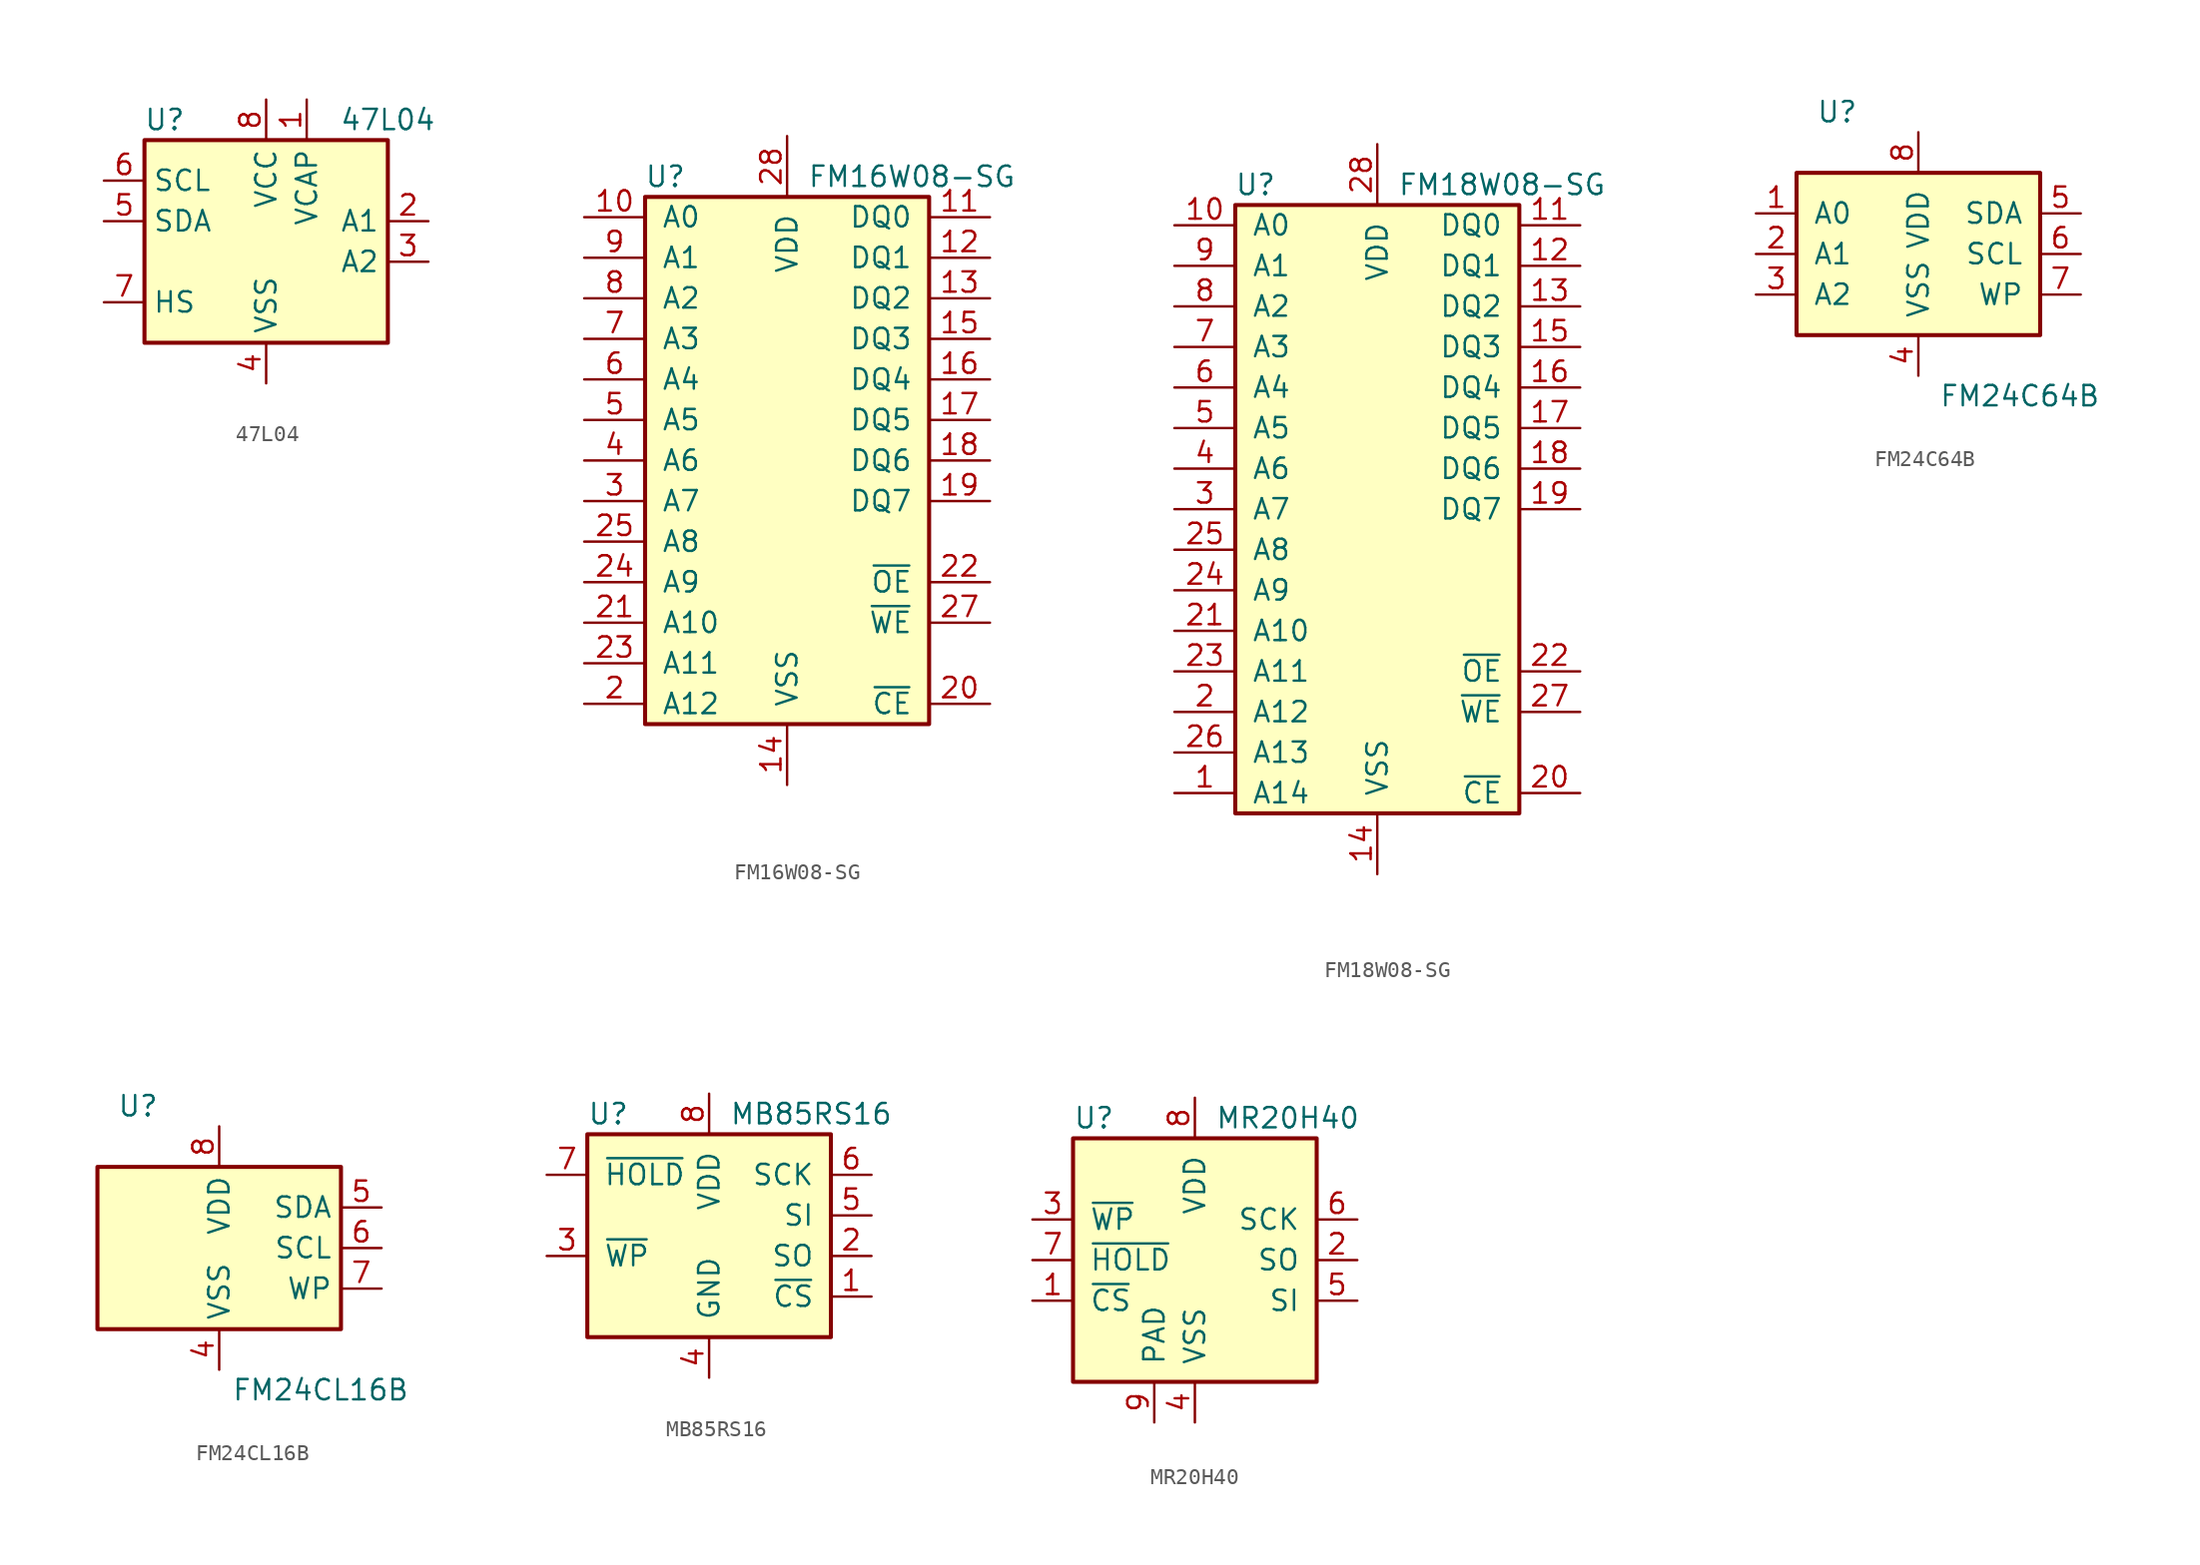
<source format=kicad_sym>
(kicad_symbol_lib
  (version 20241209)
  (generator "kicad_symbol_editor")
  (generator_version "9.0")
  (symbol "47L04"
    (property "Reference" "U"
      (at -6.35 6.35 0)
      (effects (font (size 1.27 1.27))))
    (property "Value" "47L04"
      (at 7.62 6.35 0)
      (effects (font (size 1.27 1.27))))
    (symbol "47L04_1_1"
      (rectangle (start -7.62 5.08) (end 7.62 -7.62) (stroke (width 0.254) (type default)) (fill (type background)))
      (pin input line (at -10.16 2.54 0) (length 2.54) (name "SCL" (effects (font (size 1.27 1.27)))) (number "6" (effects (font (size 1.27 1.27)))))
      (pin bidirectional line (at -10.16 0 0) (length 2.54) (name "SDA" (effects (font (size 1.27 1.27)))) (number "5" (effects (font (size 1.27 1.27)))))
      (pin input line (at -10.16 -5.08 0) (length 2.54) (name "HS" (effects (font (size 1.27 1.27)))) (number "7" (effects (font (size 1.27 1.27)))))
      (pin power_in line (at 0 7.62 270) (length 2.54) (name "VCC" (effects (font (size 1.27 1.27)))) (number "8" (effects (font (size 1.27 1.27)))))
      (pin power_in line (at 0 -10.16 90) (length 2.54) (name "VSS" (effects (font (size 1.27 1.27)))) (number "4" (effects (font (size 1.27 1.27)))))
      (pin power_in line (at 2.54 7.62 270) (length 2.54) (name "VCAP" (effects (font (size 1.27 1.27)))) (number "1" (effects (font (size 1.27 1.27)))))
      (pin input line (at 10.16 0 180) (length 2.54) (name "A1" (effects (font (size 1.27 1.27)))) (number "2" (effects (font (size 1.27 1.27)))))
      (pin input line (at 10.16 -2.54 180) (length 2.54) (name "A2" (effects (font (size 1.27 1.27)))) (number "3" (effects (font (size 1.27 1.27)))))))
  (symbol "FM16W08-SG"
    (pin_names
      (offset 1.016))
    (property "Reference" "U"
      (at -7.62 17.78 0)
      (effects (font (size 1.27 1.27))))
    (property "Value" "FM16W08-SG"
      (at 1.27 17.78 0)
      (effects (font (size 1.27 1.27)) (justify left)))
    (symbol "FM16W08-SG_0_1"
      (rectangle (start -8.89 16.51) (end 8.89 -16.51) (stroke (width 0.254) (type default)) (fill (type background))))
    (symbol "FM16W08-SG_1_1"
      (pin input line (at -12.7 15.24 0) (length 3.81) (name "A0" (effects (font (size 1.27 1.27)))) (number "10" (effects (font (size 1.27 1.27)))))
      (pin input line (at -12.7 12.7 0) (length 3.81) (name "A1" (effects (font (size 1.27 1.27)))) (number "9" (effects (font (size 1.27 1.27)))))
      (pin input line (at -12.7 10.16 0) (length 3.81) (name "A2" (effects (font (size 1.27 1.27)))) (number "8" (effects (font (size 1.27 1.27)))))
      (pin input line (at -12.7 7.62 0) (length 3.81) (name "A3" (effects (font (size 1.27 1.27)))) (number "7" (effects (font (size 1.27 1.27)))))
      (pin input line (at -12.7 5.08 0) (length 3.81) (name "A4" (effects (font (size 1.27 1.27)))) (number "6" (effects (font (size 1.27 1.27)))))
      (pin input line (at -12.7 2.54 0) (length 3.81) (name "A5" (effects (font (size 1.27 1.27)))) (number "5" (effects (font (size 1.27 1.27)))))
      (pin input line (at -12.7 0 0) (length 3.81) (name "A6" (effects (font (size 1.27 1.27)))) (number "4" (effects (font (size 1.27 1.27)))))
      (pin input line (at -12.7 -2.54 0) (length 3.81) (name "A7" (effects (font (size 1.27 1.27)))) (number "3" (effects (font (size 1.27 1.27)))))
      (pin input line (at -12.7 -5.08 0) (length 3.81) (name "A8" (effects (font (size 1.27 1.27)))) (number "25" (effects (font (size 1.27 1.27)))))
      (pin input line (at -12.7 -7.62 0) (length 3.81) (name "A9" (effects (font (size 1.27 1.27)))) (number "24" (effects (font (size 1.27 1.27)))))
      (pin input line (at -12.7 -10.16 0) (length 3.81) (name "A10" (effects (font (size 1.27 1.27)))) (number "21" (effects (font (size 1.27 1.27)))))
      (pin input line (at -12.7 -12.7 0) (length 3.81) (name "A11" (effects (font (size 1.27 1.27)))) (number "23" (effects (font (size 1.27 1.27)))))
      (pin input line (at -12.7 -15.24 0) (length 3.81) (name "A12" (effects (font (size 1.27 1.27)))) (number "2" (effects (font (size 1.27 1.27)))))
      (pin power_in line (at 0 20.32 270) (length 3.81) (name "VDD" (effects (font (size 1.27 1.27)))) (number "28" (effects (font (size 1.27 1.27)))))
      (pin power_in line (at 0 -20.32 90) (length 3.81) (name "VSS" (effects (font (size 1.27 1.27)))) (number "14" (effects (font (size 1.27 1.27)))))
      (pin bidirectional line (at 12.7 15.24 180) (length 3.81) (name "DQ0" (effects (font (size 1.27 1.27)))) (number "11" (effects (font (size 1.27 1.27)))))
      (pin bidirectional line (at 12.7 12.7 180) (length 3.81) (name "DQ1" (effects (font (size 1.27 1.27)))) (number "12" (effects (font (size 1.27 1.27)))))
      (pin bidirectional line (at 12.7 10.16 180) (length 3.81) (name "DQ2" (effects (font (size 1.27 1.27)))) (number "13" (effects (font (size 1.27 1.27)))))
      (pin bidirectional line (at 12.7 7.62 180) (length 3.81) (name "DQ3" (effects (font (size 1.27 1.27)))) (number "15" (effects (font (size 1.27 1.27)))))
      (pin bidirectional line (at 12.7 5.08 180) (length 3.81) (name "DQ4" (effects (font (size 1.27 1.27)))) (number "16" (effects (font (size 1.27 1.27)))))
      (pin bidirectional line (at 12.7 2.54 180) (length 3.81) (name "DQ5" (effects (font (size 1.27 1.27)))) (number "17" (effects (font (size 1.27 1.27)))))
      (pin bidirectional line (at 12.7 0 180) (length 3.81) (name "DQ6" (effects (font (size 1.27 1.27)))) (number "18" (effects (font (size 1.27 1.27)))))
      (pin bidirectional line (at 12.7 -2.54 180) (length 3.81) (name "DQ7" (effects (font (size 1.27 1.27)))) (number "19" (effects (font (size 1.27 1.27)))))
      (pin input line (at 12.7 -7.62 180) (length 3.81) (name "~{OE}" (effects (font (size 1.27 1.27)))) (number "22" (effects (font (size 1.27 1.27)))))
      (pin input line (at 12.7 -10.16 180) (length 3.81) (name "~{WE}" (effects (font (size 1.27 1.27)))) (number "27" (effects (font (size 1.27 1.27)))))
      (pin input line (at 12.7 -15.24 180) (length 3.81) (name "~{CE}" (effects (font (size 1.27 1.27)))) (number "20" (effects (font (size 1.27 1.27)))))))
  (symbol "FM18W08-SG"
    (pin_names
      (offset 1.016))
    (property "Reference" "U"
      (at -7.62 20.32 0)
      (effects (font (size 1.27 1.27))))
    (property "Value" "FM18W08-SG"
      (at 1.27 20.32 0)
      (effects (font (size 1.27 1.27)) (justify left)))
    (symbol "FM18W08-SG_0_1"
      (rectangle (start -8.89 19.05) (end 8.89 -19.05) (stroke (width 0.254) (type default)) (fill (type background))))
    (symbol "FM18W08-SG_1_1"
      (pin input line (at -12.7 17.78 0) (length 3.81) (name "A0" (effects (font (size 1.27 1.27)))) (number "10" (effects (font (size 1.27 1.27)))))
      (pin input line (at -12.7 15.24 0) (length 3.81) (name "A1" (effects (font (size 1.27 1.27)))) (number "9" (effects (font (size 1.27 1.27)))))
      (pin input line (at -12.7 12.7 0) (length 3.81) (name "A2" (effects (font (size 1.27 1.27)))) (number "8" (effects (font (size 1.27 1.27)))))
      (pin input line (at -12.7 10.16 0) (length 3.81) (name "A3" (effects (font (size 1.27 1.27)))) (number "7" (effects (font (size 1.27 1.27)))))
      (pin input line (at -12.7 7.62 0) (length 3.81) (name "A4" (effects (font (size 1.27 1.27)))) (number "6" (effects (font (size 1.27 1.27)))))
      (pin input line (at -12.7 5.08 0) (length 3.81) (name "A5" (effects (font (size 1.27 1.27)))) (number "5" (effects (font (size 1.27 1.27)))))
      (pin input line (at -12.7 2.54 0) (length 3.81) (name "A6" (effects (font (size 1.27 1.27)))) (number "4" (effects (font (size 1.27 1.27)))))
      (pin input line (at -12.7 0 0) (length 3.81) (name "A7" (effects (font (size 1.27 1.27)))) (number "3" (effects (font (size 1.27 1.27)))))
      (pin input line (at -12.7 -2.54 0) (length 3.81) (name "A8" (effects (font (size 1.27 1.27)))) (number "25" (effects (font (size 1.27 1.27)))))
      (pin input line (at -12.7 -5.08 0) (length 3.81) (name "A9" (effects (font (size 1.27 1.27)))) (number "24" (effects (font (size 1.27 1.27)))))
      (pin input line (at -12.7 -7.62 0) (length 3.81) (name "A10" (effects (font (size 1.27 1.27)))) (number "21" (effects (font (size 1.27 1.27)))))
      (pin input line (at -12.7 -10.16 0) (length 3.81) (name "A11" (effects (font (size 1.27 1.27)))) (number "23" (effects (font (size 1.27 1.27)))))
      (pin input line (at -12.7 -12.7 0) (length 3.81) (name "A12" (effects (font (size 1.27 1.27)))) (number "2" (effects (font (size 1.27 1.27)))))
      (pin input line (at -12.7 -15.24 0) (length 3.81) (name "A13" (effects (font (size 1.27 1.27)))) (number "26" (effects (font (size 1.27 1.27)))))
      (pin input line (at -12.7 -17.78 0) (length 3.81) (name "A14" (effects (font (size 1.27 1.27)))) (number "1" (effects (font (size 1.27 1.27)))))
      (pin power_in line (at 0 22.86 270) (length 3.81) (name "VDD" (effects (font (size 1.27 1.27)))) (number "28" (effects (font (size 1.27 1.27)))))
      (pin power_in line (at 0 -22.86 90) (length 3.81) (name "VSS" (effects (font (size 1.27 1.27)))) (number "14" (effects (font (size 1.27 1.27)))))
      (pin bidirectional line (at 12.7 17.78 180) (length 3.81) (name "DQ0" (effects (font (size 1.27 1.27)))) (number "11" (effects (font (size 1.27 1.27)))))
      (pin bidirectional line (at 12.7 15.24 180) (length 3.81) (name "DQ1" (effects (font (size 1.27 1.27)))) (number "12" (effects (font (size 1.27 1.27)))))
      (pin bidirectional line (at 12.7 12.7 180) (length 3.81) (name "DQ2" (effects (font (size 1.27 1.27)))) (number "13" (effects (font (size 1.27 1.27)))))
      (pin bidirectional line (at 12.7 10.16 180) (length 3.81) (name "DQ3" (effects (font (size 1.27 1.27)))) (number "15" (effects (font (size 1.27 1.27)))))
      (pin bidirectional line (at 12.7 7.62 180) (length 3.81) (name "DQ4" (effects (font (size 1.27 1.27)))) (number "16" (effects (font (size 1.27 1.27)))))
      (pin bidirectional line (at 12.7 5.08 180) (length 3.81) (name "DQ5" (effects (font (size 1.27 1.27)))) (number "17" (effects (font (size 1.27 1.27)))))
      (pin bidirectional line (at 12.7 2.54 180) (length 3.81) (name "DQ6" (effects (font (size 1.27 1.27)))) (number "18" (effects (font (size 1.27 1.27)))))
      (pin bidirectional line (at 12.7 0 180) (length 3.81) (name "DQ7" (effects (font (size 1.27 1.27)))) (number "19" (effects (font (size 1.27 1.27)))))
      (pin input line (at 12.7 -10.16 180) (length 3.81) (name "~{OE}" (effects (font (size 1.27 1.27)))) (number "22" (effects (font (size 1.27 1.27)))))
      (pin input line (at 12.7 -12.7 180) (length 3.81) (name "~{WE}" (effects (font (size 1.27 1.27)))) (number "27" (effects (font (size 1.27 1.27)))))
      (pin input line (at 12.7 -17.78 180) (length 3.81) (name "~{CE}" (effects (font (size 1.27 1.27)))) (number "20" (effects (font (size 1.27 1.27)))))))
  (symbol "FM24C64B"
    (pin_names
      (offset 1.016))
    (property "Reference" "U"
      (at -5.08 8.89 0)
      (effects (font (size 1.27 1.27))))
    (property "Value" "FM24C64B"
      (at 6.35 -8.89 0)
      (effects (font (size 1.27 1.27))))
    (symbol "FM24C64B_0_1"
      (rectangle (start -7.62 5.08) (end 7.62 -5.08) (stroke (width 0.254) (type default)) (fill (type background))))
    (symbol "FM24C64B_1_1"
      (pin input line (at -10.16 2.54 0) (length 2.54) (name "A0" (effects (font (size 1.27 1.27)))) (number "1" (effects (font (size 1.27 1.27)))))
      (pin input line (at -10.16 0 0) (length 2.54) (name "A1" (effects (font (size 1.27 1.27)))) (number "2" (effects (font (size 1.27 1.27)))))
      (pin input line (at -10.16 -2.54 0) (length 2.54) (name "A2" (effects (font (size 1.27 1.27)))) (number "3" (effects (font (size 1.27 1.27)))))
      (pin power_in line (at 0 7.62 270) (length 2.54) (name "VDD" (effects (font (size 1.27 1.27)))) (number "8" (effects (font (size 1.27 1.27)))))
      (pin power_in line (at 0 -7.62 90) (length 2.54) (name "VSS" (effects (font (size 1.27 1.27)))) (number "4" (effects (font (size 1.27 1.27)))))
      (pin bidirectional line (at 10.16 2.54 180) (length 2.54) (name "SDA" (effects (font (size 1.27 1.27)))) (number "5" (effects (font (size 1.27 1.27)))))
      (pin input line (at 10.16 0 180) (length 2.54) (name "SCL" (effects (font (size 1.27 1.27)))) (number "6" (effects (font (size 1.27 1.27)))))
      (pin input line (at 10.16 -2.54 180) (length 2.54) (name "WP" (effects (font (size 1.27 1.27)))) (number "7" (effects (font (size 1.27 1.27)))))))
  (symbol "FM24CL16B"
    (property "Reference" "U"
      (at -5.08 8.89 0)
      (effects (font (size 1.27 1.27))))
    (property "Value" "FM24CL16B"
      (at 6.35 -8.89 0)
      (effects (font (size 1.27 1.27))))
    (symbol "FM24CL16B_0_1"
      (rectangle (start -7.62 5.08) (end 7.62 -5.08) (stroke (width 0.254) (type default)) (fill (type background))))
    (symbol "FM24CL16B_1_1"
      (pin no_connect line (at -7.62 2.54 0) (length 2.54) (hide yes) (name "~" (effects (font (size 1.27 1.27)))) (number "1" (effects (font (size 1.27 1.27)))))
      (pin no_connect line (at -7.62 0 0) (length 2.54) (hide yes) (name "~" (effects (font (size 1.27 1.27)))) (number "3" (effects (font (size 1.27 1.27)))))
      (pin no_connect line (at -7.62 -2.54 0) (length 2.54) (hide yes) (name "~" (effects (font (size 1.27 1.27)))) (number "2" (effects (font (size 1.27 1.27)))))
      (pin power_in line (at 0 7.62 270) (length 2.54) (name "VDD" (effects (font (size 1.27 1.27)))) (number "8" (effects (font (size 1.27 1.27)))))
      (pin power_in line (at 0 -7.62 90) (length 2.54) (name "VSS" (effects (font (size 1.27 1.27)))) (number "4" (effects (font (size 1.27 1.27)))))
      (pin bidirectional line (at 10.16 2.54 180) (length 2.54) (name "SDA" (effects (font (size 1.27 1.27)))) (number "5" (effects (font (size 1.27 1.27)))))
      (pin input line (at 10.16 0 180) (length 2.54) (name "SCL" (effects (font (size 1.27 1.27)))) (number "6" (effects (font (size 1.27 1.27)))))
      (pin input line (at 10.16 -2.54 180) (length 2.54) (name "WP" (effects (font (size 1.27 1.27)))) (number "7" (effects (font (size 1.27 1.27)))))))
  (symbol "MB85RS16"
    (pin_names
      (offset 1.016))
    (property "Reference" "U"
      (at -7.62 6.35 0)
      (effects (font (size 1.27 1.27)) (justify left)))
    (property "Value" "MB85RS16"
      (at 1.27 6.35 0)
      (effects (font (size 1.27 1.27)) (justify left)))
    (symbol "MB85RS16_0_1"
      (rectangle (start -7.62 5.08) (end 7.62 -7.62) (stroke (width 0.254) (type default)) (fill (type background))))
    (symbol "MB85RS16_1_1"
      (pin input line (at -10.16 2.54 0) (length 2.54) (name "~{HOLD}" (effects (font (size 1.27 1.27)))) (number "7" (effects (font (size 1.27 1.27)))))
      (pin input line (at -10.16 -2.54 0) (length 2.54) (name "~{WP}" (effects (font (size 1.27 1.27)))) (number "3" (effects (font (size 1.27 1.27)))))
      (pin power_in line (at 0 7.62 270) (length 2.54) (name "VDD" (effects (font (size 1.27 1.27)))) (number "8" (effects (font (size 1.27 1.27)))))
      (pin power_in line (at 0 -10.16 90) (length 2.54) (name "GND" (effects (font (size 1.27 1.27)))) (number "4" (effects (font (size 1.27 1.27)))))
      (pin input line (at 10.16 2.54 180) (length 2.54) (name "SCK" (effects (font (size 1.27 1.27)))) (number "6" (effects (font (size 1.27 1.27)))))
      (pin input line (at 10.16 0 180) (length 2.54) (name "SI" (effects (font (size 1.27 1.27)))) (number "5" (effects (font (size 1.27 1.27)))))
      (pin output line (at 10.16 -2.54 180) (length 2.54) (name "SO" (effects (font (size 1.27 1.27)))) (number "2" (effects (font (size 1.27 1.27)))))
      (pin input line (at 10.16 -5.08 180) (length 2.54) (name "~{CS}" (effects (font (size 1.27 1.27)))) (number "1" (effects (font (size 1.27 1.27)))))))
  (symbol "MR20H40"
    (pin_names
      (offset 1.016))
    (property "Reference" "U"
      (at -7.62 8.89 0)
      (effects (font (size 1.27 1.27)) (justify left)))
    (property "Value" "MR20H40"
      (at 1.27 8.89 0)
      (effects (font (size 1.27 1.27)) (justify left)))
    (symbol "MR20H40_0_1"
      (rectangle (start -7.62 7.62) (end 7.62 -7.62) (stroke (width 0.254) (type default)) (fill (type background))))
    (symbol "MR20H40_1_1"
      (pin input line (at -10.16 2.54 0) (length 2.54) (name "~{WP}" (effects (font (size 1.27 1.27)))) (number "3" (effects (font (size 1.27 1.27)))))
      (pin input line (at -10.16 0 0) (length 2.54) (name "~{HOLD}" (effects (font (size 1.27 1.27)))) (number "7" (effects (font (size 1.27 1.27)))))
      (pin input line (at -10.16 -2.54 0) (length 2.54) (name "~{CS}" (effects (font (size 1.27 1.27)))) (number "1" (effects (font (size 1.27 1.27)))))
      (pin power_in line (at -2.54 -10.16 90) (length 2.54) (name "PAD" (effects (font (size 1.27 1.27)))) (number "9" (effects (font (size 1.27 1.27)))))
      (pin power_in line (at 0 10.16 270) (length 2.54) (name "VDD" (effects (font (size 1.27 1.27)))) (number "8" (effects (font (size 1.27 1.27)))))
      (pin power_in line (at 0 -10.16 90) (length 2.54) (name "VSS" (effects (font (size 1.27 1.27)))) (number "4" (effects (font (size 1.27 1.27)))))
      (pin input line (at 10.16 2.54 180) (length 2.54) (name "SCK" (effects (font (size 1.27 1.27)))) (number "6" (effects (font (size 1.27 1.27)))))
      (pin output line (at 10.16 0 180) (length 2.54) (name "SO" (effects (font (size 1.27 1.27)))) (number "2" (effects (font (size 1.27 1.27)))))
      (pin input line (at 10.16 -2.54 180) (length 2.54) (name "SI" (effects (font (size 1.27 1.27)))) (number "5" (effects (font (size 1.27 1.27))))))))
</source>
